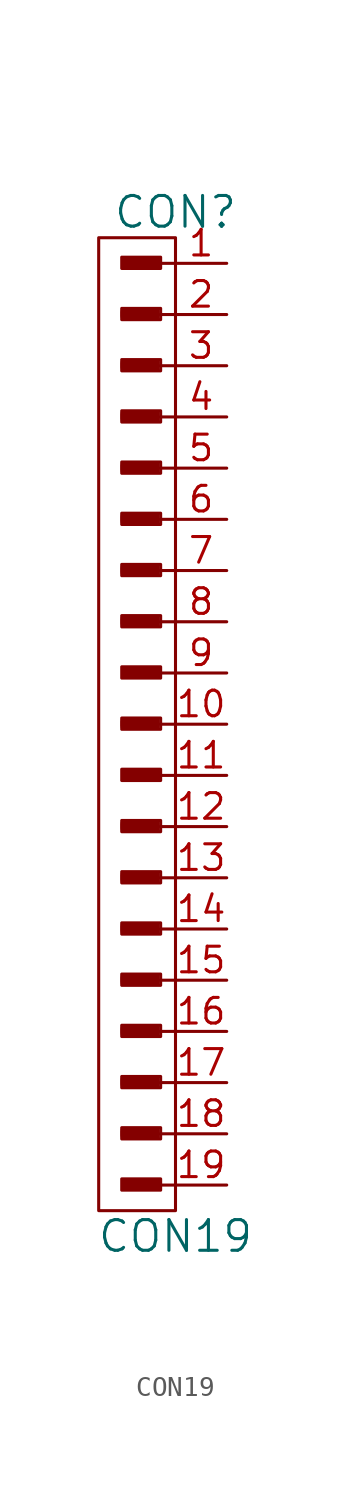
<source format=kicad_sym>
(kicad_symbol_lib
  (version 20211014)
  (generator kicad_symbol_editor)
  (symbol "CON19"
    (pin_names
      (offset 1.016))
    (property "Reference" "CON"
      (at 0 22.86 0)
      (effects (font (size 1.524 1.524))))
    (property "Value" "CON19"
      (at 0 -27.94 0)
      (effects (font (size 1.524 1.524))))
    (symbol "CON19_1_0"
      (rectangle (start -2.642 -23.012) (end -0.864 -22.657) (stroke (width 0) (type default) (color 0 0 0 0)) (fill (type none)))
      (rectangle (start -2.642 -20.472) (end -0.864 -20.117) (stroke (width 0) (type default) (color 0 0 0 0)) (fill (type none)))
      (rectangle (start -2.642 -17.932) (end -0.864 -17.577) (stroke (width 0) (type default) (color 0 0 0 0)) (fill (type none)))
      (rectangle (start -2.642 -15.392) (end -0.864 -15.037) (stroke (width 0) (type default) (color 0 0 0 0)) (fill (type none)))
      (rectangle (start -2.642 -12.852) (end -0.864 -12.497) (stroke (width 0) (type default) (color 0 0 0 0)) (fill (type none)))
      (rectangle (start -2.642 -10.312) (end -0.864 -9.957) (stroke (width 0) (type default) (color 0 0 0 0)) (fill (type none)))
      (rectangle (start -2.642 -7.772) (end -0.864 -7.417) (stroke (width 0) (type default) (color 0 0 0 0)) (fill (type none)))
      (rectangle (start -2.642 -2.692) (end -0.864 -2.337) (stroke (width 0) (type default) (color 0 0 0 0)) (fill (type none)))
      (rectangle (start -2.642 2.388) (end -0.864 2.743) (stroke (width 0) (type default) (color 0 0 0 0)) (fill (type none)))
      (rectangle (start -2.642 4.928) (end -0.864 5.283) (stroke (width 0) (type default) (color 0 0 0 0)) (fill (type none)))
      (rectangle (start -2.642 7.468) (end -0.864 7.823) (stroke (width 0) (type default) (color 0 0 0 0)) (fill (type none)))
      (rectangle (start -2.642 10.008) (end -0.864 10.363) (stroke (width 0) (type default) (color 0 0 0 0)) (fill (type none)))
      (rectangle (start -2.642 12.548) (end -0.864 12.903) (stroke (width 0) (type default) (color 0 0 0 0)) (fill (type none)))
      (rectangle (start -2.642 15.088) (end -0.864 15.443) (stroke (width 0) (type default) (color 0 0 0 0)) (fill (type none)))
      (rectangle (start -2.642 17.628) (end -0.864 17.983) (stroke (width 0) (type default) (color 0 0 0 0)) (fill (type none)))
      (rectangle (start -2.616 -25.552) (end -0.838 -25.197) (stroke (width 0) (type default) (color 0 0 0 0)) (fill (type none)))
      (rectangle (start -2.616 -22.911) (end -0.965 -22.809) (stroke (width 0) (type default) (color 0 0 0 0)) (fill (type none)))
      (rectangle (start -2.616 -20.371) (end -0.965 -20.269) (stroke (width 0) (type default) (color 0 0 0 0)) (fill (type none)))
      (rectangle (start -2.616 -17.831) (end -0.965 -17.729) (stroke (width 0) (type default) (color 0 0 0 0)) (fill (type none)))
      (rectangle (start -2.616 -15.291) (end -0.965 -15.189) (stroke (width 0) (type default) (color 0 0 0 0)) (fill (type none)))
      (rectangle (start -2.616 -12.751) (end -0.965 -12.649) (stroke (width 0) (type default) (color 0 0 0 0)) (fill (type none)))
      (rectangle (start -2.616 -10.211) (end -0.965 -10.109) (stroke (width 0) (type default) (color 0 0 0 0)) (fill (type none)))
      (rectangle (start -2.616 -7.671) (end -0.965 -7.569) (stroke (width 0) (type default) (color 0 0 0 0)) (fill (type none)))
      (rectangle (start -2.616 -5.232) (end -0.838 -4.877) (stroke (width 0) (type default) (color 0 0 0 0)) (fill (type none)))
      (rectangle (start -2.616 -2.591) (end -0.965 -2.489) (stroke (width 0) (type default) (color 0 0 0 0)) (fill (type none)))
      (rectangle (start -2.616 -0.152) (end -0.838 0.203) (stroke (width 0) (type default) (color 0 0 0 0)) (fill (type none)))
      (rectangle (start -2.616 2.489) (end -0.965 2.591) (stroke (width 0) (type default) (color 0 0 0 0)) (fill (type none)))
      (rectangle (start -2.616 5.029) (end -0.965 5.131) (stroke (width 0) (type default) (color 0 0 0 0)) (fill (type none)))
      (rectangle (start -2.616 7.569) (end -0.965 7.671) (stroke (width 0) (type default) (color 0 0 0 0)) (fill (type none)))
      (rectangle (start -2.616 10.109) (end -0.965 10.211) (stroke (width 0) (type default) (color 0 0 0 0)) (fill (type none)))
      (rectangle (start -2.616 12.649) (end -0.965 12.751) (stroke (width 0) (type default) (color 0 0 0 0)) (fill (type none)))
      (rectangle (start -2.616 15.189) (end -0.965 15.291) (stroke (width 0) (type default) (color 0 0 0 0)) (fill (type none)))
      (rectangle (start -2.616 17.729) (end -0.965 17.831) (stroke (width 0) (type default) (color 0 0 0 0)) (fill (type none)))
      (rectangle (start -2.616 20.168) (end -0.838 20.523) (stroke (width 0) (type default) (color 0 0 0 0)) (fill (type none)))
      (rectangle (start -2.591 -25.425) (end -0.94 -25.324) (stroke (width 0) (type default) (color 0 0 0 0)) (fill (type none)))
      (rectangle (start -2.591 -5.105) (end -0.94 -5.004) (stroke (width 0) (type default) (color 0 0 0 0)) (fill (type none)))
      (rectangle (start -2.591 -0.025) (end -0.94 0.076) (stroke (width 0) (type default) (color 0 0 0 0)) (fill (type none)))
      (rectangle (start -2.591 20.295) (end -0.94 20.396) (stroke (width 0) (type default) (color 0 0 0 0)) (fill (type none)))
      (rectangle (start -0.965 -22.733) (end -2.642 -22.936) (stroke (width 0) (type default) (color 0 0 0 0)) (fill (type none)))
      (rectangle (start -0.965 -20.193) (end -2.642 -20.396) (stroke (width 0) (type default) (color 0 0 0 0)) (fill (type none)))
      (rectangle (start -0.965 -17.653) (end -2.642 -17.856) (stroke (width 0) (type default) (color 0 0 0 0)) (fill (type none)))
      (rectangle (start -0.965 -15.113) (end -2.642 -15.316) (stroke (width 0) (type default) (color 0 0 0 0)) (fill (type none)))
      (rectangle (start -0.965 -12.573) (end -2.642 -12.776) (stroke (width 0) (type default) (color 0 0 0 0)) (fill (type none)))
      (rectangle (start -0.965 -10.033) (end -2.642 -10.236) (stroke (width 0) (type default) (color 0 0 0 0)) (fill (type none)))
      (rectangle (start -0.965 -7.493) (end -2.642 -7.696) (stroke (width 0) (type default) (color 0 0 0 0)) (fill (type none)))
      (rectangle (start -0.965 -2.413) (end -2.642 -2.616) (stroke (width 0) (type default) (color 0 0 0 0)) (fill (type none)))
      (rectangle (start -0.965 2.667) (end -2.642 2.464) (stroke (width 0) (type default) (color 0 0 0 0)) (fill (type none)))
      (rectangle (start -0.965 5.207) (end -2.642 5.004) (stroke (width 0) (type default) (color 0 0 0 0)) (fill (type none)))
      (rectangle (start -0.965 7.747) (end -2.642 7.544) (stroke (width 0) (type default) (color 0 0 0 0)) (fill (type none)))
      (rectangle (start -0.965 10.287) (end -2.642 10.084) (stroke (width 0) (type default) (color 0 0 0 0)) (fill (type none)))
      (rectangle (start -0.965 12.827) (end -2.642 12.624) (stroke (width 0) (type default) (color 0 0 0 0)) (fill (type none)))
      (rectangle (start -0.965 15.367) (end -2.642 15.164) (stroke (width 0) (type default) (color 0 0 0 0)) (fill (type none)))
      (rectangle (start -0.965 17.907) (end -2.642 17.704) (stroke (width 0) (type default) (color 0 0 0 0)) (fill (type none)))
      (rectangle (start -0.864 -25.298) (end -2.54 -25.502) (stroke (width 0) (type default) (color 0 0 0 0)) (fill (type none)))
      (rectangle (start -0.864 -4.978) (end -2.54 -5.182) (stroke (width 0) (type default) (color 0 0 0 0)) (fill (type none)))
      (rectangle (start -0.864 0.102) (end -2.54 -0.102) (stroke (width 0) (type default) (color 0 0 0 0)) (fill (type none)))
      (rectangle (start -0.864 20.422) (end -2.54 20.218) (stroke (width 0) (type default) (color 0 0 0 0)) (fill (type none)))
      (rectangle (start -0.737 -25.095) (end -2.667 -25.654) (stroke (width 0) (type default) (color 0 0 0 0)) (fill (type none)))
      (rectangle (start -0.737 -22.555) (end -2.667 -23.114) (stroke (width 0) (type default) (color 0 0 0 0)) (fill (type none)))
      (rectangle (start -0.737 -20.015) (end -2.667 -20.574) (stroke (width 0) (type default) (color 0 0 0 0)) (fill (type none)))
      (rectangle (start -0.737 -17.475) (end -2.667 -18.034) (stroke (width 0) (type default) (color 0 0 0 0)) (fill (type none)))
      (rectangle (start -0.737 -14.935) (end -2.667 -15.494) (stroke (width 0) (type default) (color 0 0 0 0)) (fill (type none)))
      (rectangle (start -0.737 -12.395) (end -2.667 -12.954) (stroke (width 0) (type default) (color 0 0 0 0)) (fill (type none)))
      (rectangle (start -0.737 -9.855) (end -2.667 -10.414) (stroke (width 0) (type default) (color 0 0 0 0)) (fill (type none)))
      (rectangle (start -0.737 -7.315) (end -2.667 -7.874) (stroke (width 0) (type default) (color 0 0 0 0)) (fill (type none)))
      (rectangle (start -0.737 -4.775) (end -2.667 -5.334) (stroke (width 0) (type default) (color 0 0 0 0)) (fill (type none)))
      (rectangle (start -0.737 -2.235) (end -2.667 -2.794) (stroke (width 0) (type default) (color 0 0 0 0)) (fill (type none)))
      (rectangle (start -0.737 0.305) (end -2.667 -0.254) (stroke (width 0) (type default) (color 0 0 0 0)) (fill (type none)))
      (rectangle (start -0.737 2.845) (end -2.667 2.286) (stroke (width 0) (type default) (color 0 0 0 0)) (fill (type none)))
      (rectangle (start -0.737 5.385) (end -2.667 4.826) (stroke (width 0) (type default) (color 0 0 0 0)) (fill (type none)))
      (rectangle (start -0.737 7.925) (end -2.667 7.366) (stroke (width 0) (type default) (color 0 0 0 0)) (fill (type none)))
      (rectangle (start -0.737 10.465) (end -2.667 9.906) (stroke (width 0) (type default) (color 0 0 0 0)) (fill (type none)))
      (rectangle (start -0.737 13.005) (end -2.667 12.446) (stroke (width 0) (type default) (color 0 0 0 0)) (fill (type none)))
      (rectangle (start -0.737 15.545) (end -2.667 14.986) (stroke (width 0) (type default) (color 0 0 0 0)) (fill (type none)))
      (rectangle (start -0.737 18.085) (end -2.667 17.526) (stroke (width 0) (type default) (color 0 0 0 0)) (fill (type none)))
      (rectangle (start -0.737 20.625) (end -2.667 20.066) (stroke (width 0) (type default) (color 0 0 0 0)) (fill (type none)))
      (polyline (pts (xy 0 -25.4) (xy -0.762 -25.4)) (stroke (width 0) (type default) (color 0 0 0 0)) (fill (type none)))
      (polyline (pts (xy 0 -22.86) (xy -0.762 -22.86)) (stroke (width 0) (type default) (color 0 0 0 0)) (fill (type none)))
      (polyline (pts (xy 0 -20.32) (xy -0.762 -20.32)) (stroke (width 0) (type default) (color 0 0 0 0)) (fill (type none)))
      (polyline (pts (xy 0 -17.78) (xy -0.762 -17.78)) (stroke (width 0) (type default) (color 0 0 0 0)) (fill (type none)))
      (polyline (pts (xy 0 -15.24) (xy -0.762 -15.24)) (stroke (width 0) (type default) (color 0 0 0 0)) (fill (type none)))
      (polyline (pts (xy 0 -12.7) (xy -0.762 -12.7)) (stroke (width 0) (type default) (color 0 0 0 0)) (fill (type none)))
      (polyline (pts (xy 0 -10.16) (xy -0.762 -10.16)) (stroke (width 0) (type default) (color 0 0 0 0)) (fill (type none)))
      (polyline (pts (xy 0 -7.62) (xy -0.762 -7.62)) (stroke (width 0) (type default) (color 0 0 0 0)) (fill (type none)))
      (polyline (pts (xy 0 -5.08) (xy -0.762 -5.08)) (stroke (width 0) (type default) (color 0 0 0 0)) (fill (type none)))
      (polyline (pts (xy 0 -2.54) (xy -0.762 -2.54)) (stroke (width 0) (type default) (color 0 0 0 0)) (fill (type none)))
      (polyline (pts (xy 0 0) (xy -0.762 0)) (stroke (width 0) (type default) (color 0 0 0 0)) (fill (type none)))
      (polyline (pts (xy 0 2.54) (xy -0.762 2.54)) (stroke (width 0) (type default) (color 0 0 0 0)) (fill (type none)))
      (polyline (pts (xy 0 5.08) (xy -0.762 5.08)) (stroke (width 0) (type default) (color 0 0 0 0)) (fill (type none)))
      (polyline (pts (xy 0 7.62) (xy -0.762 7.62)) (stroke (width 0) (type default) (color 0 0 0 0)) (fill (type none)))
      (polyline (pts (xy 0 10.16) (xy -0.762 10.16)) (stroke (width 0) (type default) (color 0 0 0 0)) (fill (type none)))
      (polyline (pts (xy 0 12.7) (xy -0.762 12.7)) (stroke (width 0) (type default) (color 0 0 0 0)) (fill (type none)))
      (polyline (pts (xy 0 15.24) (xy -0.762 15.24)) (stroke (width 0) (type default) (color 0 0 0 0)) (fill (type none)))
      (polyline (pts (xy 0 17.78) (xy -0.762 17.78)) (stroke (width 0) (type default) (color 0 0 0 0)) (fill (type none)))
      (polyline (pts (xy 0 20.32) (xy -0.762 20.32)) (stroke (width 0) (type default) (color 0 0 0 0)) (fill (type none))))
    (symbol "CON19_1_1"
      (rectangle (start 0 -26.67) (end -3.81 21.59) (stroke (width 0) (type default) (color 0 0 0 0)) (fill (type none)))
      (pin passive line (at 2.54 20.32 180) (length 2.54) (name "~" (effects (font (size 1.27 1.27)))) (number "1" (effects (font (size 1.27 1.27)))))
      (pin passive line (at 2.54 -2.54 180) (length 2.54) (name "~" (effects (font (size 1.27 1.27)))) (number "10" (effects (font (size 1.27 1.27)))))
      (pin passive line (at 2.54 -5.08 180) (length 2.54) (name "~" (effects (font (size 1.27 1.27)))) (number "11" (effects (font (size 1.27 1.27)))))
      (pin passive line (at 2.54 -7.62 180) (length 2.54) (name "~" (effects (font (size 1.27 1.27)))) (number "12" (effects (font (size 1.27 1.27)))))
      (pin passive line (at 2.54 -10.16 180) (length 2.54) (name "~" (effects (font (size 1.27 1.27)))) (number "13" (effects (font (size 1.27 1.27)))))
      (pin passive line (at 2.54 -12.7 180) (length 2.54) (name "~" (effects (font (size 1.27 1.27)))) (number "14" (effects (font (size 1.27 1.27)))))
      (pin passive line (at 2.54 -15.24 180) (length 2.54) (name "~" (effects (font (size 1.27 1.27)))) (number "15" (effects (font (size 1.27 1.27)))))
      (pin passive line (at 2.54 -17.78 180) (length 2.54) (name "~" (effects (font (size 1.27 1.27)))) (number "16" (effects (font (size 1.27 1.27)))))
      (pin passive line (at 2.54 -20.32 180) (length 2.54) (name "~" (effects (font (size 1.27 1.27)))) (number "17" (effects (font (size 1.27 1.27)))))
      (pin passive line (at 2.54 -22.86 180) (length 2.54) (name "~" (effects (font (size 1.27 1.27)))) (number "18" (effects (font (size 1.27 1.27)))))
      (pin passive line (at 2.54 -25.4 180) (length 2.54) (name "~" (effects (font (size 1.27 1.27)))) (number "19" (effects (font (size 1.27 1.27)))))
      (pin passive line (at 2.54 17.78 180) (length 2.54) (name "~" (effects (font (size 1.27 1.27)))) (number "2" (effects (font (size 1.27 1.27)))))
      (pin passive line (at 2.54 15.24 180) (length 2.54) (name "~" (effects (font (size 1.27 1.27)))) (number "3" (effects (font (size 1.27 1.27)))))
      (pin passive line (at 2.54 12.7 180) (length 2.54) (name "~" (effects (font (size 1.27 1.27)))) (number "4" (effects (font (size 1.27 1.27)))))
      (pin passive line (at 2.54 10.16 180) (length 2.54) (name "~" (effects (font (size 1.27 1.27)))) (number "5" (effects (font (size 1.27 1.27)))))
      (pin passive line (at 2.54 7.62 180) (length 2.54) (name "~" (effects (font (size 1.27 1.27)))) (number "6" (effects (font (size 1.27 1.27)))))
      (pin passive line (at 2.54 5.08 180) (length 2.54) (name "~" (effects (font (size 1.27 1.27)))) (number "7" (effects (font (size 1.27 1.27)))))
      (pin passive line (at 2.54 2.54 180) (length 2.54) (name "~" (effects (font (size 1.27 1.27)))) (number "8" (effects (font (size 1.27 1.27)))))
      (pin passive line (at 2.54 0 180) (length 2.54) (name "~" (effects (font (size 1.27 1.27)))) (number "9" (effects (font (size 1.27 1.27))))))))
</source>
